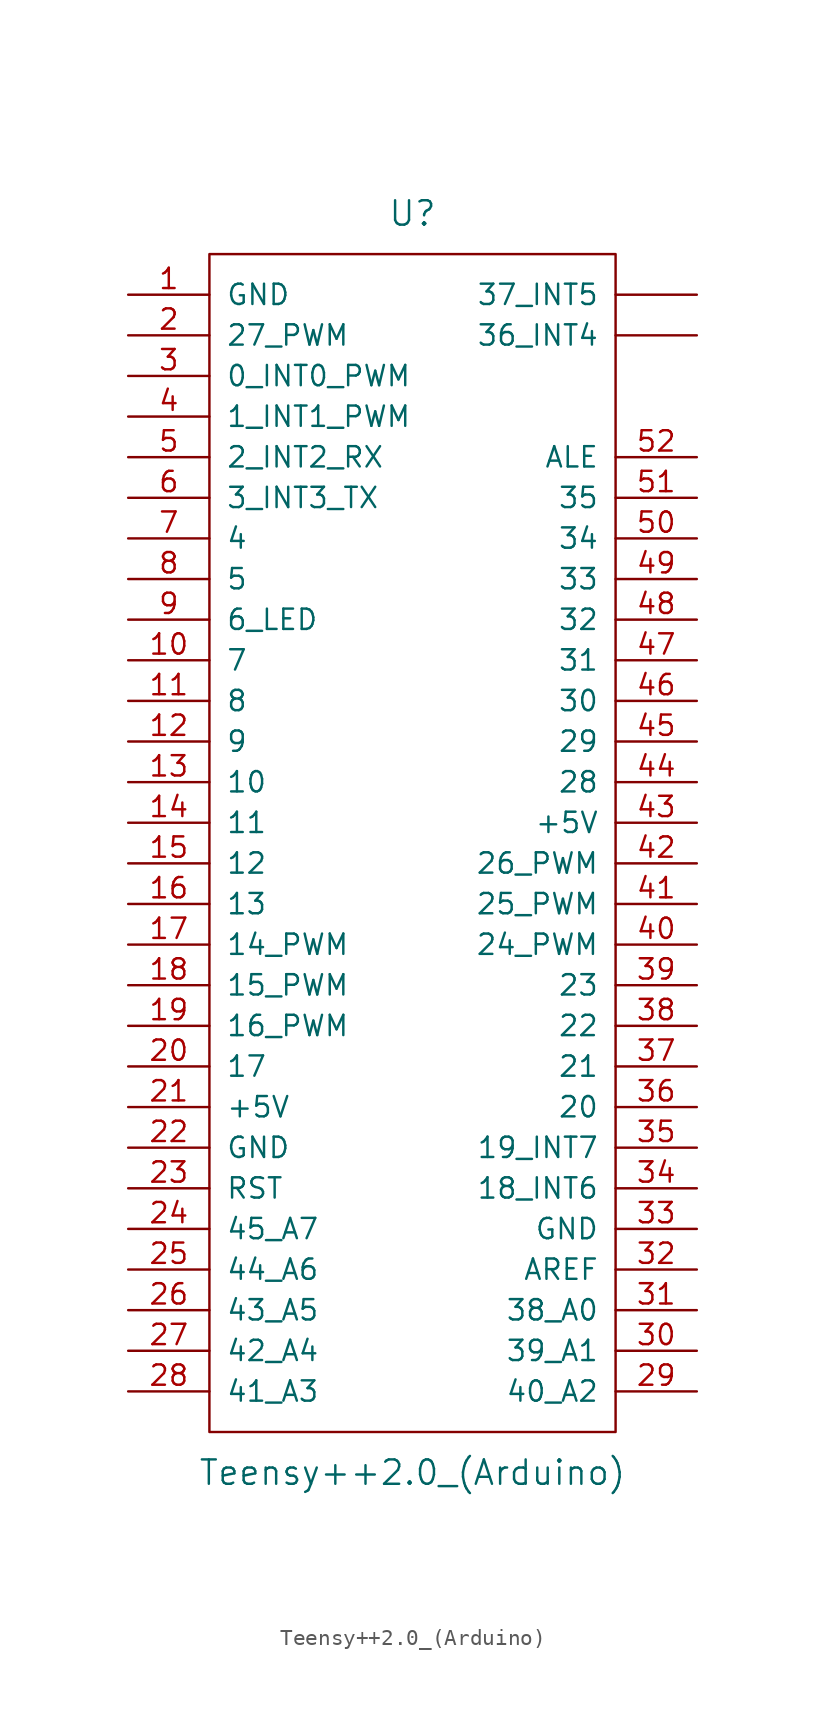
<source format=kicad_sym>
(kicad_symbol_lib
  (version 20201005)
  (generator kicad_symbol_editor)
  (symbol "teensy:Teensy++2.0_(Arduino)"
    (pin_names
      (offset 1.016))
    (property "Reference" "U"
      (at 0 39.37 0)
      (effects (font (size 1.524 1.524))))
    (property "Value" "Teensy++2.0_(Arduino)"
      (at 0 -39.37 0)
      (effects (font (size 1.524 1.524))))
    (property "Footprint" ""
      (at 2.54 -16.51 0)
      (effects (font (size 1.524 1.524))))
    (property "Datasheet" ""
      (at 2.54 -16.51 0)
      (effects (font (size 1.524 1.524))))
    (symbol "Teensy++2.0_(Arduino)_0_1"
      (rectangle (start -12.7 36.83) (end 12.7 -36.83) (stroke (width 0)) (fill (type none))))
    (symbol "Teensy++2.0_(Arduino)_1_1"
      (pin power_in line (at -17.78 34.29 0) (length 5.08) (name "GND" (effects (font (size 1.27 1.27)))) (number "1" (effects (font (size 1.27 1.27)))))
      (pin bidirectional line (at -17.78 11.43 0) (length 5.08) (name "7" (effects (font (size 1.27 1.27)))) (number "10" (effects (font (size 1.27 1.27)))))
      (pin bidirectional line (at -17.78 8.89 0) (length 5.08) (name "8" (effects (font (size 1.27 1.27)))) (number "11" (effects (font (size 1.27 1.27)))))
      (pin bidirectional line (at -17.78 6.35 0) (length 5.08) (name "9" (effects (font (size 1.27 1.27)))) (number "12" (effects (font (size 1.27 1.27)))))
      (pin bidirectional line (at -17.78 3.81 0) (length 5.08) (name "10" (effects (font (size 1.27 1.27)))) (number "13" (effects (font (size 1.27 1.27)))))
      (pin bidirectional line (at -17.78 1.27 0) (length 5.08) (name "11" (effects (font (size 1.27 1.27)))) (number "14" (effects (font (size 1.27 1.27)))))
      (pin bidirectional line (at -17.78 -1.27 0) (length 5.08) (name "12" (effects (font (size 1.27 1.27)))) (number "15" (effects (font (size 1.27 1.27)))))
      (pin bidirectional line (at -17.78 -3.81 0) (length 5.08) (name "13" (effects (font (size 1.27 1.27)))) (number "16" (effects (font (size 1.27 1.27)))))
      (pin bidirectional line (at -17.78 -6.35 0) (length 5.08) (name "14_PWM" (effects (font (size 1.27 1.27)))) (number "17" (effects (font (size 1.27 1.27)))))
      (pin bidirectional line (at -17.78 -8.89 0) (length 5.08) (name "15_PWM" (effects (font (size 1.27 1.27)))) (number "18" (effects (font (size 1.27 1.27)))))
      (pin bidirectional line (at -17.78 -11.43 0) (length 5.08) (name "16_PWM" (effects (font (size 1.27 1.27)))) (number "19" (effects (font (size 1.27 1.27)))))
      (pin bidirectional line (at -17.78 31.75 0) (length 5.08) (name "27_PWM" (effects (font (size 1.27 1.27)))) (number "2" (effects (font (size 1.27 1.27)))))
      (pin bidirectional line (at -17.78 -13.97 0) (length 5.08) (name "17" (effects (font (size 1.27 1.27)))) (number "20" (effects (font (size 1.27 1.27)))))
      (pin power_in line (at -17.78 -16.51 0) (length 5.08) (name "+5V" (effects (font (size 1.27 1.27)))) (number "21" (effects (font (size 1.27 1.27)))))
      (pin power_in line (at -17.78 -19.05 0) (length 5.08) (name "GND" (effects (font (size 1.27 1.27)))) (number "22" (effects (font (size 1.27 1.27)))))
      (pin input line (at -17.78 -21.59 0) (length 5.08) (name "RST" (effects (font (size 1.27 1.27)))) (number "23" (effects (font (size 1.27 1.27)))))
      (pin bidirectional line (at -17.78 -24.13 0) (length 5.08) (name "45_A7" (effects (font (size 1.27 1.27)))) (number "24" (effects (font (size 1.27 1.27)))))
      (pin bidirectional line (at -17.78 -26.67 0) (length 5.08) (name "44_A6" (effects (font (size 1.27 1.27)))) (number "25" (effects (font (size 1.27 1.27)))))
      (pin bidirectional line (at -17.78 -29.21 0) (length 5.08) (name "43_A5" (effects (font (size 1.27 1.27)))) (number "26" (effects (font (size 1.27 1.27)))))
      (pin bidirectional line (at -17.78 -31.75 0) (length 5.08) (name "42_A4" (effects (font (size 1.27 1.27)))) (number "27" (effects (font (size 1.27 1.27)))))
      (pin bidirectional line (at -17.78 -34.29 0) (length 5.08) (name "41_A3" (effects (font (size 1.27 1.27)))) (number "28" (effects (font (size 1.27 1.27)))))
      (pin bidirectional line (at 17.78 -34.29 180) (length 5.08) (name "40_A2" (effects (font (size 1.27 1.27)))) (number "29" (effects (font (size 1.27 1.27)))))
      (pin bidirectional line (at -17.78 29.21 0) (length 5.08) (name "0_INT0_PWM" (effects (font (size 1.27 1.27)))) (number "3" (effects (font (size 1.27 1.27)))))
      (pin bidirectional line (at 17.78 -31.75 180) (length 5.08) (name "39_A1" (effects (font (size 1.27 1.27)))) (number "30" (effects (font (size 1.27 1.27)))))
      (pin bidirectional line (at 17.78 -29.21 180) (length 5.08) (name "38_A0" (effects (font (size 1.27 1.27)))) (number "31" (effects (font (size 1.27 1.27)))))
      (pin input line (at 17.78 -26.67 180) (length 5.08) (name "AREF" (effects (font (size 1.27 1.27)))) (number "32" (effects (font (size 1.27 1.27)))))
      (pin power_in line (at 17.78 -24.13 180) (length 5.08) (name "GND" (effects (font (size 1.27 1.27)))) (number "33" (effects (font (size 1.27 1.27)))))
      (pin bidirectional line (at 17.78 -21.59 180) (length 5.08) (name "18_INT6" (effects (font (size 1.27 1.27)))) (number "34" (effects (font (size 1.27 1.27)))))
      (pin bidirectional line (at 17.78 -19.05 180) (length 5.08) (name "19_INT7" (effects (font (size 1.27 1.27)))) (number "35" (effects (font (size 1.27 1.27)))))
      (pin bidirectional line (at 17.78 -16.51 180) (length 5.08) (name "20" (effects (font (size 1.27 1.27)))) (number "36" (effects (font (size 1.27 1.27)))))
      (pin bidirectional line (at 17.78 -13.97 180) (length 5.08) (name "21" (effects (font (size 1.27 1.27)))) (number "37" (effects (font (size 1.27 1.27)))))
      (pin bidirectional line (at 17.78 -11.43 180) (length 5.08) (name "22" (effects (font (size 1.27 1.27)))) (number "38" (effects (font (size 1.27 1.27)))))
      (pin bidirectional line (at 17.78 -8.89 180) (length 5.08) (name "23" (effects (font (size 1.27 1.27)))) (number "39" (effects (font (size 1.27 1.27)))))
      (pin bidirectional line (at -17.78 26.67 0) (length 5.08) (name "1_INT1_PWM" (effects (font (size 1.27 1.27)))) (number "4" (effects (font (size 1.27 1.27)))))
      (pin bidirectional line (at 17.78 -6.35 180) (length 5.08) (name "24_PWM" (effects (font (size 1.27 1.27)))) (number "40" (effects (font (size 1.27 1.27)))))
      (pin bidirectional line (at 17.78 -3.81 180) (length 5.08) (name "25_PWM" (effects (font (size 1.27 1.27)))) (number "41" (effects (font (size 1.27 1.27)))))
      (pin bidirectional line (at 17.78 -1.27 180) (length 5.08) (name "26_PWM" (effects (font (size 1.27 1.27)))) (number "42" (effects (font (size 1.27 1.27)))))
      (pin power_in line (at 17.78 1.27 180) (length 5.08) (name "+5V" (effects (font (size 1.27 1.27)))) (number "43" (effects (font (size 1.27 1.27)))))
      (pin bidirectional line (at 17.78 3.81 180) (length 5.08) (name "28" (effects (font (size 1.27 1.27)))) (number "44" (effects (font (size 1.27 1.27)))))
      (pin bidirectional line (at 17.78 6.35 180) (length 5.08) (name "29" (effects (font (size 1.27 1.27)))) (number "45" (effects (font (size 1.27 1.27)))))
      (pin bidirectional line (at 17.78 8.89 180) (length 5.08) (name "30" (effects (font (size 1.27 1.27)))) (number "46" (effects (font (size 1.27 1.27)))))
      (pin bidirectional line (at 17.78 11.43 180) (length 5.08) (name "31" (effects (font (size 1.27 1.27)))) (number "47" (effects (font (size 1.27 1.27)))))
      (pin bidirectional line (at 17.78 13.97 180) (length 5.08) (name "32" (effects (font (size 1.27 1.27)))) (number "48" (effects (font (size 1.27 1.27)))))
      (pin bidirectional line (at 17.78 16.51 180) (length 5.08) (name "33" (effects (font (size 1.27 1.27)))) (number "49" (effects (font (size 1.27 1.27)))))
      (pin bidirectional line (at -17.78 24.13 0) (length 5.08) (name "2_INT2_RX" (effects (font (size 1.27 1.27)))) (number "5" (effects (font (size 1.27 1.27)))))
      (pin bidirectional line (at 17.78 19.05 180) (length 5.08) (name "34" (effects (font (size 1.27 1.27)))) (number "50" (effects (font (size 1.27 1.27)))))
      (pin bidirectional line (at 17.78 21.59 180) (length 5.08) (name "35" (effects (font (size 1.27 1.27)))) (number "51" (effects (font (size 1.27 1.27)))))
      (pin input line (at 17.78 24.13 180) (length 5.08) (name "ALE" (effects (font (size 1.27 1.27)))) (number "52" (effects (font (size 1.27 1.27)))))
      (pin bidirectional line (at -17.78 21.59 0) (length 5.08) (name "3_INT3_TX" (effects (font (size 1.27 1.27)))) (number "6" (effects (font (size 1.27 1.27)))))
      (pin bidirectional line (at -17.78 19.05 0) (length 5.08) (name "4" (effects (font (size 1.27 1.27)))) (number "7" (effects (font (size 1.27 1.27)))))
      (pin bidirectional line (at -17.78 16.51 0) (length 5.08) (name "5" (effects (font (size 1.27 1.27)))) (number "8" (effects (font (size 1.27 1.27)))))
      (pin bidirectional line (at -17.78 13.97 0) (length 5.08) (name "6_LED" (effects (font (size 1.27 1.27)))) (number "9" (effects (font (size 1.27 1.27)))))
      (pin bidirectional line (at 17.78 31.75 180) (length 5.08) (name "36_INT4" (effects (font (size 1.27 1.27)))) (number "~" (effects (font (size 1.27 1.27)))))
      (pin bidirectional line (at 17.78 34.29 180) (length 5.08) (name "37_INT5" (effects (font (size 1.27 1.27)))) (number "~" (effects (font (size 1.27 1.27))))))))
</source>
